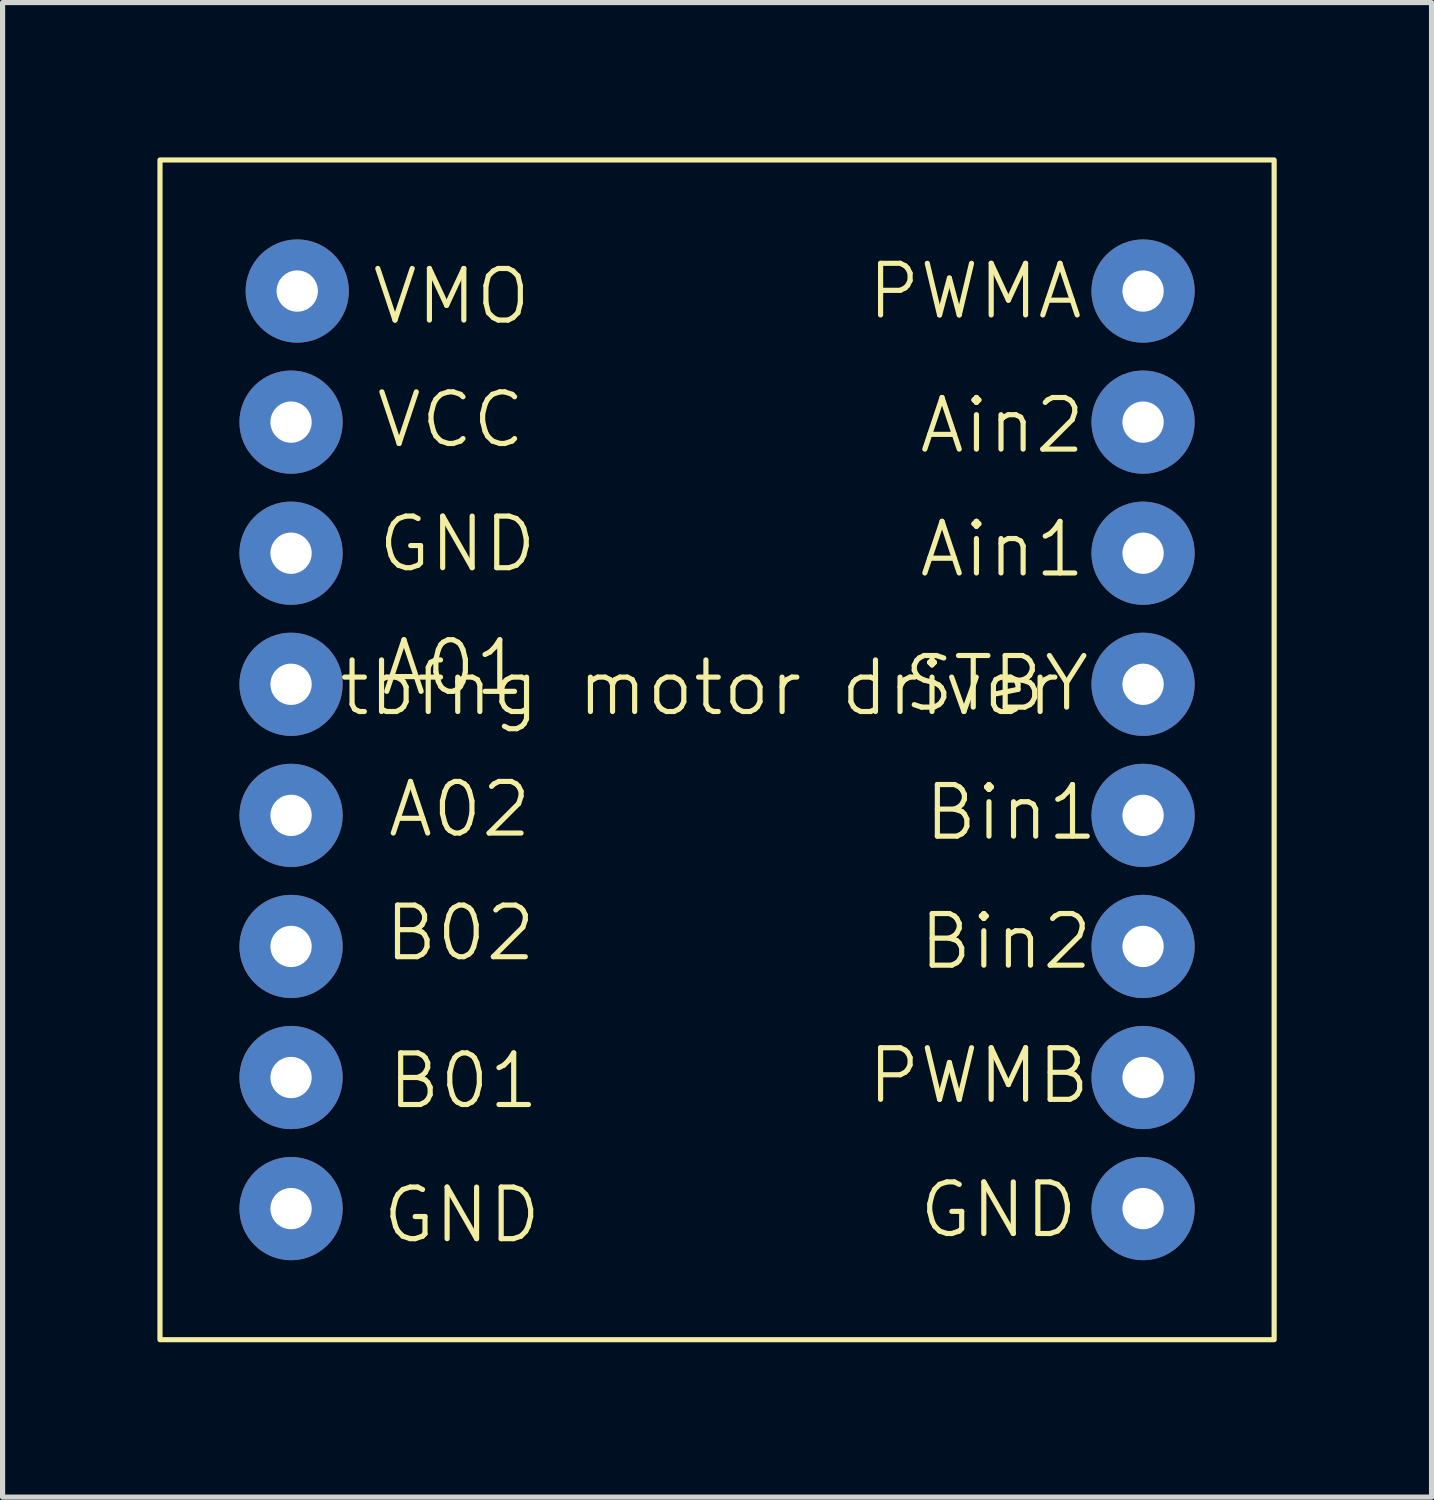
<source format=kicad_pcb>
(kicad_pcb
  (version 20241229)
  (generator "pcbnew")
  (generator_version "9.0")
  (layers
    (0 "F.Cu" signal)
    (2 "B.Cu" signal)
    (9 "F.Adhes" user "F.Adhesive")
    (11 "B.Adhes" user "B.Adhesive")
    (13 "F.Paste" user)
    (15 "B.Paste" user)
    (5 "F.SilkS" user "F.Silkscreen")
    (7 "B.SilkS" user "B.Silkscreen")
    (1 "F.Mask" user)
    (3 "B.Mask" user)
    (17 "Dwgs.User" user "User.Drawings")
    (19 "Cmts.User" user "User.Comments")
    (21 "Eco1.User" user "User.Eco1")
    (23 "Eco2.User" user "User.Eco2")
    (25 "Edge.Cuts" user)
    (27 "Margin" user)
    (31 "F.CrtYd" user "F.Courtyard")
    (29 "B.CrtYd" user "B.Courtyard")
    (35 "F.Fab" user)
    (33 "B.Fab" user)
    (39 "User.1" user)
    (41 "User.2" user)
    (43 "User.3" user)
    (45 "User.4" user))
  (footprint "tbfng motor driver"
    (layer "F.Cu")
    (at 10.21 11.48)
    (property "Reference" "tbfng motor driver" (at 0.3 -1.2 0) (unlocked yes) (layer "F.SilkS") (effects (font (size 1 1) (thickness 0.1))))
    (attr through_hole)
    (fp_rect (start -10.16 -11.43) (end 11.43 11.43) (stroke (width 0.1) (type default)) (fill no) (layer "F.SilkS"))
    (fp_text user "Bin1" (at 4.6 1.8 0) (unlocked yes) (layer "F.SilkS") (effects (font (size 1 1) (thickness 0.1)) (justify left bottom)))
    (fp_text user "A01" (at -5.927 -1.006 0) (unlocked yes) (layer "F.SilkS") (effects (font (size 1 1) (thickness 0.1)) (justify left bottom)))
    (fp_text user "Ain2" (at 4.5 -5.7 0) (unlocked yes) (layer "F.SilkS") (effects (font (size 1 1) (thickness 0.1)) (justify left bottom)))
    (fp_text user "Ain1" (at 4.5 -3.3 0) (unlocked yes) (layer "F.SilkS") (effects (font (size 1 1) (thickness 0.1)) (justify left bottom)))
    (fp_text user "VCC" (at -6.021 -5.809 0) (unlocked yes) (layer "F.SilkS") (effects (font (size 1 1) (thickness 0.1)) (justify left bottom)))
    (fp_text user "PWMA" (at 3.5 -8.3 0) (unlocked yes) (layer "F.SilkS") (effects (font (size 1 1) (thickness 0.1)) (justify left bottom)))
    (fp_text user "VMO" (at -6.1 -8.2 0) (unlocked yes) (layer "F.SilkS") (effects (font (size 1 1) (thickness 0.1)) (justify left bottom)))
    (fp_text user "GND" (at -5.9 9.6 0) (unlocked yes) (layer "F.SilkS") (effects (font (size 1 1) (thickness 0.1)) (justify left bottom)))
    (fp_text user "STBY" (at 4.2 -0.7 0) (unlocked yes) (layer "F.SilkS") (effects (font (size 1 1) (thickness 0.1)) (justify left bottom)))
    (fp_text user "B01" (at -5.8 7 0) (unlocked yes) (layer "F.SilkS") (effects (font (size 1 1) (thickness 0.1)) (justify left bottom)))
    (fp_text user "B02" (at -5.861 4.136 0) (unlocked yes) (layer "F.SilkS") (effects (font (size 1 1) (thickness 0.1)) (justify left bottom)))
    (fp_text user "GND" (at 4.5 9.5 0) (unlocked yes) (layer "F.SilkS") (effects (font (size 1 1) (thickness 0.1)) (justify left bottom)))
    (fp_text user "A02" (at -5.8 1.74 0) (unlocked yes) (layer "F.SilkS") (effects (font (size 1 1) (thickness 0.1)) (justify left bottom)))
    (fp_text user "PWMB" (at 3.5 6.9 0) (unlocked yes) (layer "F.SilkS") (effects (font (size 1 1) (thickness 0.1)) (justify left bottom)))
    (fp_text user "GND" (at -5.986 -3.402 0) (unlocked yes) (layer "F.SilkS") (effects (font (size 1 1) (thickness 0.1)) (justify left bottom)))
    (fp_text user "Bin2" (at 4.5 4.3 0) (unlocked yes) (layer "F.SilkS") (effects (font (size 1 1) (thickness 0.1)) (justify left bottom)))
    (pad "1" thru_hole circle (at -7.5 -8.89) (size 2 2) (drill 0.8) (layers "*.Cu" "*.Mask"))
    (pad "2" thru_hole circle (at -7.62 -6.35) (size 2 2) (drill 0.8) (layers "*.Cu" "*.Mask"))
    (pad "3" thru_hole circle (at -7.62 -3.81) (size 2 2) (drill 0.8) (layers "*.Cu" "*.Mask"))
    (pad "4" thru_hole circle (at -7.62 -1.27) (size 2 2) (drill 0.8) (layers "*.Cu" "*.Mask"))
    (pad "5" thru_hole circle (at -7.62 1.27) (size 2 2) (drill 0.8) (layers "*.Cu" "*.Mask"))
    (pad "6" thru_hole circle (at -7.62 3.81) (size 2 2) (drill 0.8) (layers "*.Cu" "*.Mask"))
    (pad "7" thru_hole circle (at -7.62 6.35) (size 2 2) (drill 0.8) (layers "*.Cu" "*.Mask"))
    (pad "8" thru_hole circle (at -7.62 8.89) (size 2 2) (drill 0.8) (layers "*.Cu" "*.Mask"))
    (pad "9" thru_hole circle (at 8.89 8.89) (size 2 2) (drill 0.8) (layers "*.Cu" "*.Mask"))
    (pad "10" thru_hole circle (at 8.89 6.35) (size 2 2) (drill 0.8) (layers "*.Cu" "*.Mask"))
    (pad "11" thru_hole circle (at 8.89 3.81) (size 2 2) (drill 0.8) (layers "*.Cu" "*.Mask"))
    (pad "12" thru_hole circle (at 8.89 1.27) (size 2 2) (drill 0.8) (layers "*.Cu" "*.Mask"))
    (pad "13" thru_hole circle (at 8.89 -1.27) (size 2 2) (drill 0.8) (layers "*.Cu" "*.Mask"))
    (pad "14" thru_hole circle (at 8.89 -3.81) (size 2 2) (drill 0.8) (layers "*.Cu" "*.Mask"))
    (pad "15" thru_hole circle (at 8.89 -6.35) (size 2 2) (drill 0.8) (layers "*.Cu" "*.Mask"))
    (pad "16" thru_hole circle (at 8.89 -8.89) (size 2 2) (drill 0.8) (layers "*.Cu" "*.Mask")))
  (gr_rect
    (start -3 -3)
    (end 24.69 25.96)
    (stroke (width 0.1) (type default))
    (fill no)
    (layer "Edge.Cuts")))
</source>
